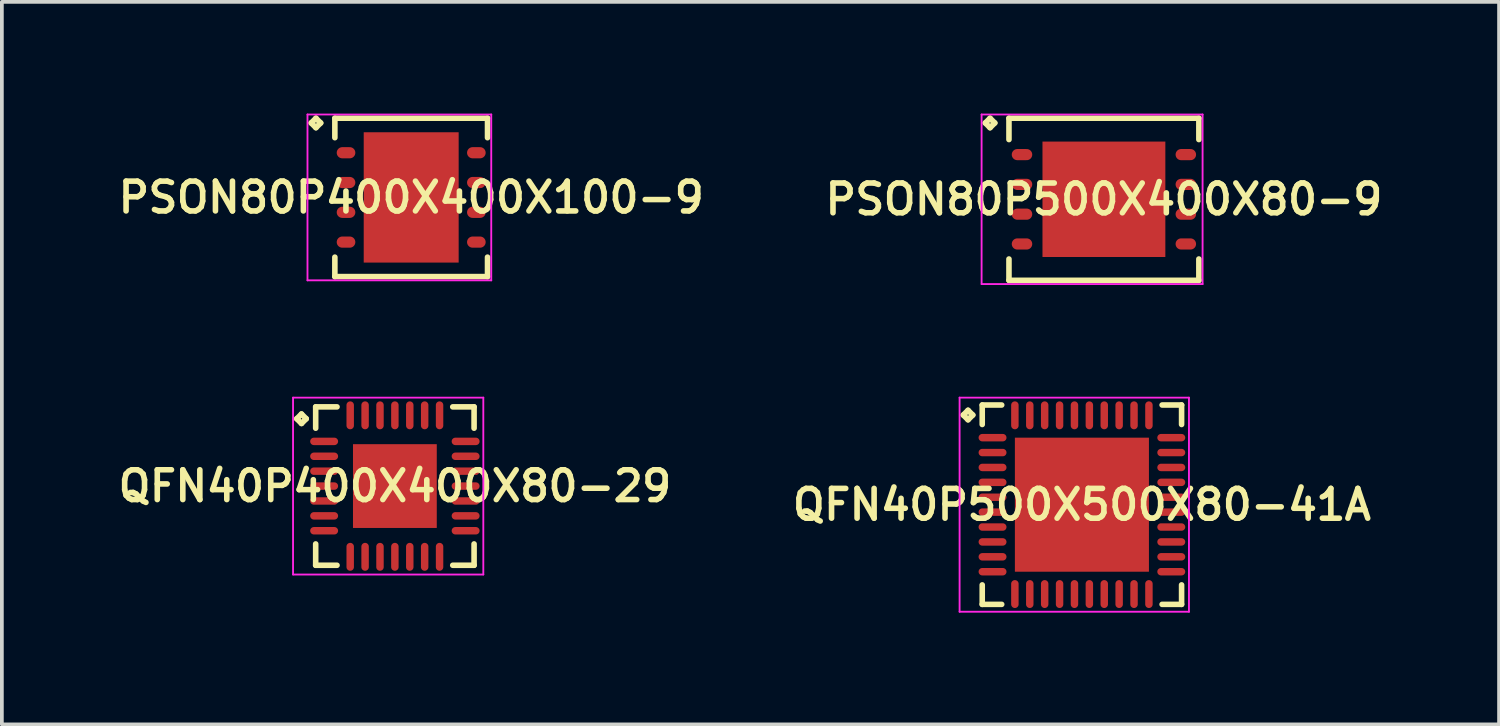
<source format=kicad_pcb>
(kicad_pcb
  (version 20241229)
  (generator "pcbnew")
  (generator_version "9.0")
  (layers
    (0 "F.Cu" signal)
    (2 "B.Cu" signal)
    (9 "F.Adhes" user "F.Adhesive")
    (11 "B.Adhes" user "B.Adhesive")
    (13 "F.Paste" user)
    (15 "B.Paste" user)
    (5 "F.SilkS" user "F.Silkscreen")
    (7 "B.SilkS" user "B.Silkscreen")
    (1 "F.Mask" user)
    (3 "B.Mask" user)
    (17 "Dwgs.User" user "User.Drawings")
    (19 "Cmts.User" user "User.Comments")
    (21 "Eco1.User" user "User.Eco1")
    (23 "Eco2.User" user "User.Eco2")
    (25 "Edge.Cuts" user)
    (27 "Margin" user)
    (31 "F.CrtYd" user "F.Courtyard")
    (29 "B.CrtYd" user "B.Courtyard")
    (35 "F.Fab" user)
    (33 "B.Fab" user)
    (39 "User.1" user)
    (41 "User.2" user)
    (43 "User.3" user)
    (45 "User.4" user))
  (footprint "QFN40P400X400X80-29"
    (layer "F.Cu")
    (at 7.555 10.004)
    (property "Reference" "QFN40P400X400X80-29" (at 0 0 0) (layer "F.SilkS") (effects (font (size 0.8 0.8) (thickness 0.15))))
    (attr smd)
    (fp_line (start -2.635 -1.808) (end -2.508 -1.935) (stroke (width 0.15) (type solid)) (layer "F.SilkS"))
    (fp_line (start -2.508 -1.935) (end -2.381 -1.808) (stroke (width 0.15) (type solid)) (layer "F.SilkS"))
    (fp_line (start -2.508 -1.681) (end -2.635 -1.808) (stroke (width 0.15) (type solid)) (layer "F.SilkS"))
    (fp_line (start -2.381 -1.808) (end -2.508 -1.681) (stroke (width 0.15) (type solid)) (layer "F.SilkS"))
    (fp_line (start -2.127 -2.127) (end -1.554 -2.127) (stroke (width 0.15) (type solid)) (layer "F.SilkS"))
    (fp_line (start -2.127 -1.554) (end -2.127 -2.127) (stroke (width 0.15) (type solid)) (layer "F.SilkS"))
    (fp_line (start -2.127 1.554) (end -2.127 2.127) (stroke (width 0.15) (type solid)) (layer "F.SilkS"))
    (fp_line (start -2.127 2.127) (end -1.554 2.127) (stroke (width 0.15) (type solid)) (layer "F.SilkS"))
    (fp_line (start 1.554 -2.127) (end 2.127 -2.127) (stroke (width 0.15) (type solid)) (layer "F.SilkS"))
    (fp_line (start 1.554 2.127) (end 2.127 2.127) (stroke (width 0.15) (type solid)) (layer "F.SilkS"))
    (fp_line (start 2.127 -2.127) (end 2.127 -1.554) (stroke (width 0.15) (type solid)) (layer "F.SilkS"))
    (fp_line (start 2.127 2.127) (end 2.127 1.554) (stroke (width 0.15) (type solid)) (layer "F.SilkS"))
    (fp_line (start -2.735 -2.375) (end 2.375 -2.375) (stroke (width 0.05) (type solid)) (layer "F.CrtYd"))
    (fp_line (start -2.735 2.375) (end -2.735 -2.375) (stroke (width 0.05) (type solid)) (layer "F.CrtYd"))
    (fp_line (start 2.375 -2.375) (end 2.375 2.375) (stroke (width 0.05) (type solid)) (layer "F.CrtYd"))
    (fp_line (start 2.375 2.375) (end -2.735 2.375) (stroke (width 0.05) (type solid)) (layer "F.CrtYd"))
    (pad "1" smd oval (at -1.9 -1.2) (size 0.75 0.2) (layers "F.Cu" "F.Mask" "F.Paste"))
    (pad "2" smd oval (at -1.9 -0.8) (size 0.75 0.2) (layers "F.Cu" "F.Mask" "F.Paste"))
    (pad "3" smd oval (at -1.9 -0.4) (size 0.75 0.2) (layers "F.Cu" "F.Mask" "F.Paste"))
    (pad "4" smd oval (at -1.9 0) (size 0.75 0.2) (layers "F.Cu" "F.Mask" "F.Paste"))
    (pad "5" smd oval (at -1.9 0.4) (size 0.75 0.2) (layers "F.Cu" "F.Mask" "F.Paste"))
    (pad "6" smd oval (at -1.9 0.8) (size 0.75 0.2) (layers "F.Cu" "F.Mask" "F.Paste"))
    (pad "7" smd oval (at -1.9 1.2) (size 0.75 0.2) (layers "F.Cu" "F.Mask" "F.Paste"))
    (pad "8" smd oval (at -1.2 1.9) (size 0.2 0.75) (layers "F.Cu" "F.Mask" "F.Paste"))
    (pad "9" smd oval (at -0.8 1.9) (size 0.2 0.75) (layers "F.Cu" "F.Mask" "F.Paste"))
    (pad "10" smd oval (at -0.4 1.9) (size 0.2 0.75) (layers "F.Cu" "F.Mask" "F.Paste"))
    (pad "11" smd oval (at 0 1.9) (size 0.2 0.75) (layers "F.Cu" "F.Mask" "F.Paste"))
    (pad "12" smd oval (at 0.4 1.9) (size 0.2 0.75) (layers "F.Cu" "F.Mask" "F.Paste"))
    (pad "13" smd oval (at 0.8 1.9) (size 0.2 0.75) (layers "F.Cu" "F.Mask" "F.Paste"))
    (pad "14" smd oval (at 1.2 1.9) (size 0.2 0.75) (layers "F.Cu" "F.Mask" "F.Paste"))
    (pad "15" smd oval (at 1.9 1.2) (size 0.75 0.2) (layers "F.Cu" "F.Mask" "F.Paste"))
    (pad "16" smd oval (at 1.9 0.8) (size 0.75 0.2) (layers "F.Cu" "F.Mask" "F.Paste"))
    (pad "17" smd oval (at 1.9 0.4) (size 0.75 0.2) (layers "F.Cu" "F.Mask" "F.Paste"))
    (pad "18" smd oval (at 1.9 0) (size 0.75 0.2) (layers "F.Cu" "F.Mask" "F.Paste"))
    (pad "19" smd oval (at 1.9 -0.4) (size 0.75 0.2) (layers "F.Cu" "F.Mask" "F.Paste"))
    (pad "20" smd oval (at 1.9 -0.8) (size 0.75 0.2) (layers "F.Cu" "F.Mask" "F.Paste"))
    (pad "21" smd oval (at 1.9 -1.2) (size 0.75 0.2) (layers "F.Cu" "F.Mask" "F.Paste"))
    (pad "22" smd oval (at 1.2 -1.9) (size 0.2 0.75) (layers "F.Cu" "F.Mask" "F.Paste"))
    (pad "23" smd oval (at 0.8 -1.9) (size 0.2 0.75) (layers "F.Cu" "F.Mask" "F.Paste"))
    (pad "24" smd oval (at 0.4 -1.9) (size 0.2 0.75) (layers "F.Cu" "F.Mask" "F.Paste"))
    (pad "25" smd oval (at 0 -1.9) (size 0.2 0.75) (layers "F.Cu" "F.Mask" "F.Paste"))
    (pad "26" smd oval (at -0.4 -1.9) (size 0.2 0.75) (layers "F.Cu" "F.Mask" "F.Paste"))
    (pad "27" smd oval (at -0.8 -1.9) (size 0.2 0.75) (layers "F.Cu" "F.Mask" "F.Paste"))
    (pad "28" smd oval (at -1.2 -1.9) (size 0.2 0.75) (layers "F.Cu" "F.Mask" "F.Paste"))
    (pad "29" smd rect (at 0 0) (size 2.25 2.25) (layers "F.Cu" "F.Mask" "F.Paste")))
  (footprint "PSON80P400X400X100-9"
    (layer "F.Cu")
    (at 7.993 2.252)
    (property "Reference" "PSON80P400X400X100-9" (at 0 0 0) (layer "F.SilkS") (effects (font (size 0.8 0.8) (thickness 0.15))))
    (attr smd)
    (fp_line (start -2.685 -2) (end -2.558 -2.127) (stroke (width 0.15) (type solid)) (layer "F.SilkS"))
    (fp_line (start -2.558 -2.127) (end -2.431 -2) (stroke (width 0.15) (type solid)) (layer "F.SilkS"))
    (fp_line (start -2.558 -1.873) (end -2.685 -2) (stroke (width 0.15) (type solid)) (layer "F.SilkS"))
    (fp_line (start -2.431 -2) (end -2.558 -1.873) (stroke (width 0.15) (type solid)) (layer "F.SilkS"))
    (fp_line (start -2.05 -2.127) (end 2.05 -2.127) (stroke (width 0.15) (type solid)) (layer "F.SilkS"))
    (fp_line (start -2.05 -1.604) (end -2.05 -2.127) (stroke (width 0.15) (type solid)) (layer "F.SilkS"))
    (fp_line (start -2.05 1.604) (end -2.05 2.127) (stroke (width 0.15) (type solid)) (layer "F.SilkS"))
    (fp_line (start -2.05 2.127) (end 2.05 2.127) (stroke (width 0.15) (type solid)) (layer "F.SilkS"))
    (fp_line (start 2.05 -2.127) (end 2.05 -1.604) (stroke (width 0.15) (type solid)) (layer "F.SilkS"))
    (fp_line (start 2.05 2.127) (end 2.05 1.604) (stroke (width 0.15) (type solid)) (layer "F.SilkS"))
    (fp_line (start -2.785 -2.227) (end 2.15 -2.227) (stroke (width 0.05) (type solid)) (layer "F.CrtYd"))
    (fp_line (start -2.785 2.227) (end -2.785 -2.227) (stroke (width 0.05) (type solid)) (layer "F.CrtYd"))
    (fp_line (start 2.15 -2.227) (end 2.15 2.227) (stroke (width 0.05) (type solid)) (layer "F.CrtYd"))
    (fp_line (start 2.15 2.227) (end -2.785 2.227) (stroke (width 0.05) (type solid)) (layer "F.CrtYd"))
    (pad "1" smd oval (at -1.75 -1.2) (size 0.5 0.3) (layers "F.Cu" "F.Mask" "F.Paste"))
    (pad "2" smd oval (at -1.75 -0.4) (size 0.5 0.3) (layers "F.Cu" "F.Mask" "F.Paste"))
    (pad "3" smd oval (at -1.75 0.4) (size 0.5 0.3) (layers "F.Cu" "F.Mask" "F.Paste"))
    (pad "4" smd oval (at -1.75 1.2) (size 0.5 0.3) (layers "F.Cu" "F.Mask" "F.Paste"))
    (pad "5" smd oval (at 1.75 1.2) (size 0.5 0.3) (layers "F.Cu" "F.Mask" "F.Paste"))
    (pad "6" smd oval (at 1.75 0.4) (size 0.5 0.3) (layers "F.Cu" "F.Mask" "F.Paste"))
    (pad "7" smd oval (at 1.75 -0.4) (size 0.5 0.3) (layers "F.Cu" "F.Mask" "F.Paste"))
    (pad "8" smd oval (at 1.75 -1.2) (size 0.5 0.3) (layers "F.Cu" "F.Mask" "F.Paste"))
    (pad "9" smd rect (at 0 0) (size 2.55 3.5) (layers "F.Cu" "F.Mask" "F.Paste")))
  (footprint "PSON80P500X400X80-9"
    (layer "F.Cu")
    (at 26.597 2.302)
    (property "Reference" "PSON80P500X400X80-9" (at 0 0 0) (layer "F.SilkS") (effects (font (size 0.8 0.8) (thickness 0.15))))
    (attr smd)
    (fp_line (start -3.185 -2.05) (end -3.058 -2.177) (stroke (width 0.15) (type solid)) (layer "F.SilkS"))
    (fp_line (start -3.058 -2.177) (end -2.931 -2.05) (stroke (width 0.15) (type solid)) (layer "F.SilkS"))
    (fp_line (start -3.058 -1.923) (end -3.185 -2.05) (stroke (width 0.15) (type solid)) (layer "F.SilkS"))
    (fp_line (start -2.931 -2.05) (end -3.058 -1.923) (stroke (width 0.15) (type solid)) (layer "F.SilkS"))
    (fp_line (start -2.55 -2.177) (end 2.55 -2.177) (stroke (width 0.15) (type solid)) (layer "F.SilkS"))
    (fp_line (start -2.55 -1.604) (end -2.55 -2.177) (stroke (width 0.15) (type solid)) (layer "F.SilkS"))
    (fp_line (start -2.55 1.604) (end -2.55 2.177) (stroke (width 0.15) (type solid)) (layer "F.SilkS"))
    (fp_line (start -2.55 2.177) (end 2.55 2.177) (stroke (width 0.15) (type solid)) (layer "F.SilkS"))
    (fp_line (start 2.55 -2.177) (end 2.55 -1.604) (stroke (width 0.15) (type solid)) (layer "F.SilkS"))
    (fp_line (start 2.55 2.177) (end 2.55 1.604) (stroke (width 0.15) (type solid)) (layer "F.SilkS"))
    (fp_line (start -3.285 -2.277) (end 2.65 -2.277) (stroke (width 0.05) (type solid)) (layer "F.CrtYd"))
    (fp_line (start -3.285 2.277) (end -3.285 -2.277) (stroke (width 0.05) (type solid)) (layer "F.CrtYd"))
    (fp_line (start 2.65 -2.277) (end 2.65 2.277) (stroke (width 0.05) (type solid)) (layer "F.CrtYd"))
    (fp_line (start 2.65 2.277) (end -3.285 2.277) (stroke (width 0.05) (type solid)) (layer "F.CrtYd"))
    (pad "1" smd oval (at -2.2 -1.2) (size 0.55 0.3) (layers "F.Cu" "F.Mask" "F.Paste"))
    (pad "2" smd oval (at -2.2 -0.4) (size 0.55 0.3) (layers "F.Cu" "F.Mask" "F.Paste"))
    (pad "3" smd oval (at -2.2 0.4) (size 0.55 0.3) (layers "F.Cu" "F.Mask" "F.Paste"))
    (pad "4" smd oval (at -2.2 1.2) (size 0.55 0.3) (layers "F.Cu" "F.Mask" "F.Paste"))
    (pad "5" smd oval (at 2.2 1.2) (size 0.55 0.3) (layers "F.Cu" "F.Mask" "F.Paste"))
    (pad "6" smd oval (at 2.2 0.4) (size 0.55 0.3) (layers "F.Cu" "F.Mask" "F.Paste"))
    (pad "7" smd oval (at 2.2 -0.4) (size 0.55 0.3) (layers "F.Cu" "F.Mask" "F.Paste"))
    (pad "8" smd oval (at 2.2 -1.2) (size 0.55 0.3) (layers "F.Cu" "F.Mask" "F.Paste"))
    (pad "9" smd rect (at 0 0) (size 3.3 3.1) (layers "F.Cu" "F.Mask" "F.Paste")))
  (footprint "QFN40P500X500X80-41A"
    (layer "F.Cu")
    (at 26.006 10.504)
    (property "Reference" "QFN40P500X500X80-41A" (at 0 0 0) (layer "F.SilkS") (effects (font (size 0.8 0.8) (thickness 0.15))))
    (attr smd)
    (fp_line (start -3.185 -2.408) (end -3.058 -2.535) (stroke (width 0.15) (type solid)) (layer "F.SilkS"))
    (fp_line (start -3.058 -2.535) (end -2.931 -2.408) (stroke (width 0.15) (type solid)) (layer "F.SilkS"))
    (fp_line (start -3.058 -2.281) (end -3.185 -2.408) (stroke (width 0.15) (type solid)) (layer "F.SilkS"))
    (fp_line (start -2.931 -2.408) (end -3.058 -2.281) (stroke (width 0.15) (type solid)) (layer "F.SilkS"))
    (fp_line (start -2.677 -2.677) (end -2.154 -2.677) (stroke (width 0.15) (type solid)) (layer "F.SilkS"))
    (fp_line (start -2.677 -2.154) (end -2.677 -2.677) (stroke (width 0.15) (type solid)) (layer "F.SilkS"))
    (fp_line (start -2.677 2.154) (end -2.677 2.677) (stroke (width 0.15) (type solid)) (layer "F.SilkS"))
    (fp_line (start -2.677 2.677) (end -2.154 2.677) (stroke (width 0.15) (type solid)) (layer "F.SilkS"))
    (fp_line (start 2.154 -2.677) (end 2.677 -2.677) (stroke (width 0.15) (type solid)) (layer "F.SilkS"))
    (fp_line (start 2.154 2.677) (end 2.677 2.677) (stroke (width 0.15) (type solid)) (layer "F.SilkS"))
    (fp_line (start 2.677 -2.677) (end 2.677 -2.154) (stroke (width 0.15) (type solid)) (layer "F.SilkS"))
    (fp_line (start 2.677 2.677) (end 2.677 2.154) (stroke (width 0.15) (type solid)) (layer "F.SilkS"))
    (fp_line (start -3.285 -2.875) (end 2.875 -2.875) (stroke (width 0.05) (type solid)) (layer "F.CrtYd"))
    (fp_line (start -3.285 2.875) (end -3.285 -2.875) (stroke (width 0.05) (type solid)) (layer "F.CrtYd"))
    (fp_line (start 2.875 -2.875) (end 2.875 2.875) (stroke (width 0.05) (type solid)) (layer "F.CrtYd"))
    (fp_line (start 2.875 2.875) (end -3.285 2.875) (stroke (width 0.05) (type solid)) (layer "F.CrtYd"))
    (pad "1" smd oval (at -2.4 -1.8) (size 0.75 0.2) (layers "F.Cu" "F.Mask" "F.Paste"))
    (pad "2" smd oval (at -2.4 -1.4) (size 0.75 0.2) (layers "F.Cu" "F.Mask" "F.Paste"))
    (pad "3" smd oval (at -2.4 -1) (size 0.75 0.2) (layers "F.Cu" "F.Mask" "F.Paste"))
    (pad "4" smd oval (at -2.4 -0.6) (size 0.75 0.2) (layers "F.Cu" "F.Mask" "F.Paste"))
    (pad "5" smd oval (at -2.4 -0.2) (size 0.75 0.2) (layers "F.Cu" "F.Mask" "F.Paste"))
    (pad "6" smd oval (at -2.4 0.2) (size 0.75 0.2) (layers "F.Cu" "F.Mask" "F.Paste"))
    (pad "7" smd oval (at -2.4 0.6) (size 0.75 0.2) (layers "F.Cu" "F.Mask" "F.Paste"))
    (pad "8" smd oval (at -2.4 1) (size 0.75 0.2) (layers "F.Cu" "F.Mask" "F.Paste"))
    (pad "9" smd oval (at -2.4 1.4) (size 0.75 0.2) (layers "F.Cu" "F.Mask" "F.Paste"))
    (pad "10" smd oval (at -2.4 1.8) (size 0.75 0.2) (layers "F.Cu" "F.Mask" "F.Paste"))
    (pad "11" smd oval (at -1.8 2.4) (size 0.2 0.75) (layers "F.Cu" "F.Mask" "F.Paste"))
    (pad "12" smd oval (at -1.4 2.4) (size 0.2 0.75) (layers "F.Cu" "F.Mask" "F.Paste"))
    (pad "13" smd oval (at -1 2.4) (size 0.2 0.75) (layers "F.Cu" "F.Mask" "F.Paste"))
    (pad "14" smd oval (at -0.6 2.4) (size 0.2 0.75) (layers "F.Cu" "F.Mask" "F.Paste"))
    (pad "15" smd oval (at -0.2 2.4) (size 0.2 0.75) (layers "F.Cu" "F.Mask" "F.Paste"))
    (pad "16" smd oval (at 0.2 2.4) (size 0.2 0.75) (layers "F.Cu" "F.Mask" "F.Paste"))
    (pad "17" smd oval (at 0.6 2.4) (size 0.2 0.75) (layers "F.Cu" "F.Mask" "F.Paste"))
    (pad "18" smd oval (at 1 2.4) (size 0.2 0.75) (layers "F.Cu" "F.Mask" "F.Paste"))
    (pad "19" smd oval (at 1.4 2.4) (size 0.2 0.75) (layers "F.Cu" "F.Mask" "F.Paste"))
    (pad "20" smd oval (at 1.8 2.4) (size 0.2 0.75) (layers "F.Cu" "F.Mask" "F.Paste"))
    (pad "21" smd oval (at 2.4 1.8) (size 0.75 0.2) (layers "F.Cu" "F.Mask" "F.Paste"))
    (pad "22" smd oval (at 2.4 1.4) (size 0.75 0.2) (layers "F.Cu" "F.Mask" "F.Paste"))
    (pad "23" smd oval (at 2.4 1) (size 0.75 0.2) (layers "F.Cu" "F.Mask" "F.Paste"))
    (pad "24" smd oval (at 2.4 0.6) (size 0.75 0.2) (layers "F.Cu" "F.Mask" "F.Paste"))
    (pad "25" smd oval (at 2.4 0.2) (size 0.75 0.2) (layers "F.Cu" "F.Mask" "F.Paste"))
    (pad "26" smd oval (at 2.4 -0.2) (size 0.75 0.2) (layers "F.Cu" "F.Mask" "F.Paste"))
    (pad "27" smd oval (at 2.4 -0.6) (size 0.75 0.2) (layers "F.Cu" "F.Mask" "F.Paste"))
    (pad "28" smd oval (at 2.4 -1) (size 0.75 0.2) (layers "F.Cu" "F.Mask" "F.Paste"))
    (pad "29" smd oval (at 2.4 -1.4) (size 0.75 0.2) (layers "F.Cu" "F.Mask" "F.Paste"))
    (pad "30" smd oval (at 2.4 -1.8) (size 0.75 0.2) (layers "F.Cu" "F.Mask" "F.Paste"))
    (pad "31" smd oval (at 1.8 -2.4) (size 0.2 0.75) (layers "F.Cu" "F.Mask" "F.Paste"))
    (pad "32" smd oval (at 1.4 -2.4) (size 0.2 0.75) (layers "F.Cu" "F.Mask" "F.Paste"))
    (pad "33" smd oval (at 1 -2.4) (size 0.2 0.75) (layers "F.Cu" "F.Mask" "F.Paste"))
    (pad "34" smd oval (at 0.6 -2.4) (size 0.2 0.75) (layers "F.Cu" "F.Mask" "F.Paste"))
    (pad "35" smd oval (at 0.2 -2.4) (size 0.2 0.75) (layers "F.Cu" "F.Mask" "F.Paste"))
    (pad "36" smd oval (at -0.2 -2.4) (size 0.2 0.75) (layers "F.Cu" "F.Mask" "F.Paste"))
    (pad "37" smd oval (at -0.6 -2.4) (size 0.2 0.75) (layers "F.Cu" "F.Mask" "F.Paste"))
    (pad "38" smd oval (at -1 -2.4) (size 0.2 0.75) (layers "F.Cu" "F.Mask" "F.Paste"))
    (pad "39" smd oval (at -1.4 -2.4) (size 0.2 0.75) (layers "F.Cu" "F.Mask" "F.Paste"))
    (pad "40" smd oval (at -1.8 -2.4) (size 0.2 0.75) (layers "F.Cu" "F.Mask" "F.Paste"))
    (pad "41" smd rect (at 0 0) (size 3.6 3.6) (layers "F.Cu" "F.Mask" "F.Paste")))
  (gr_rect
    (start -3 -3)
    (end 37.209 16.404)
    (stroke (width 0.1) (type default))
    (fill no)
    (layer "Edge.Cuts")))
</source>
